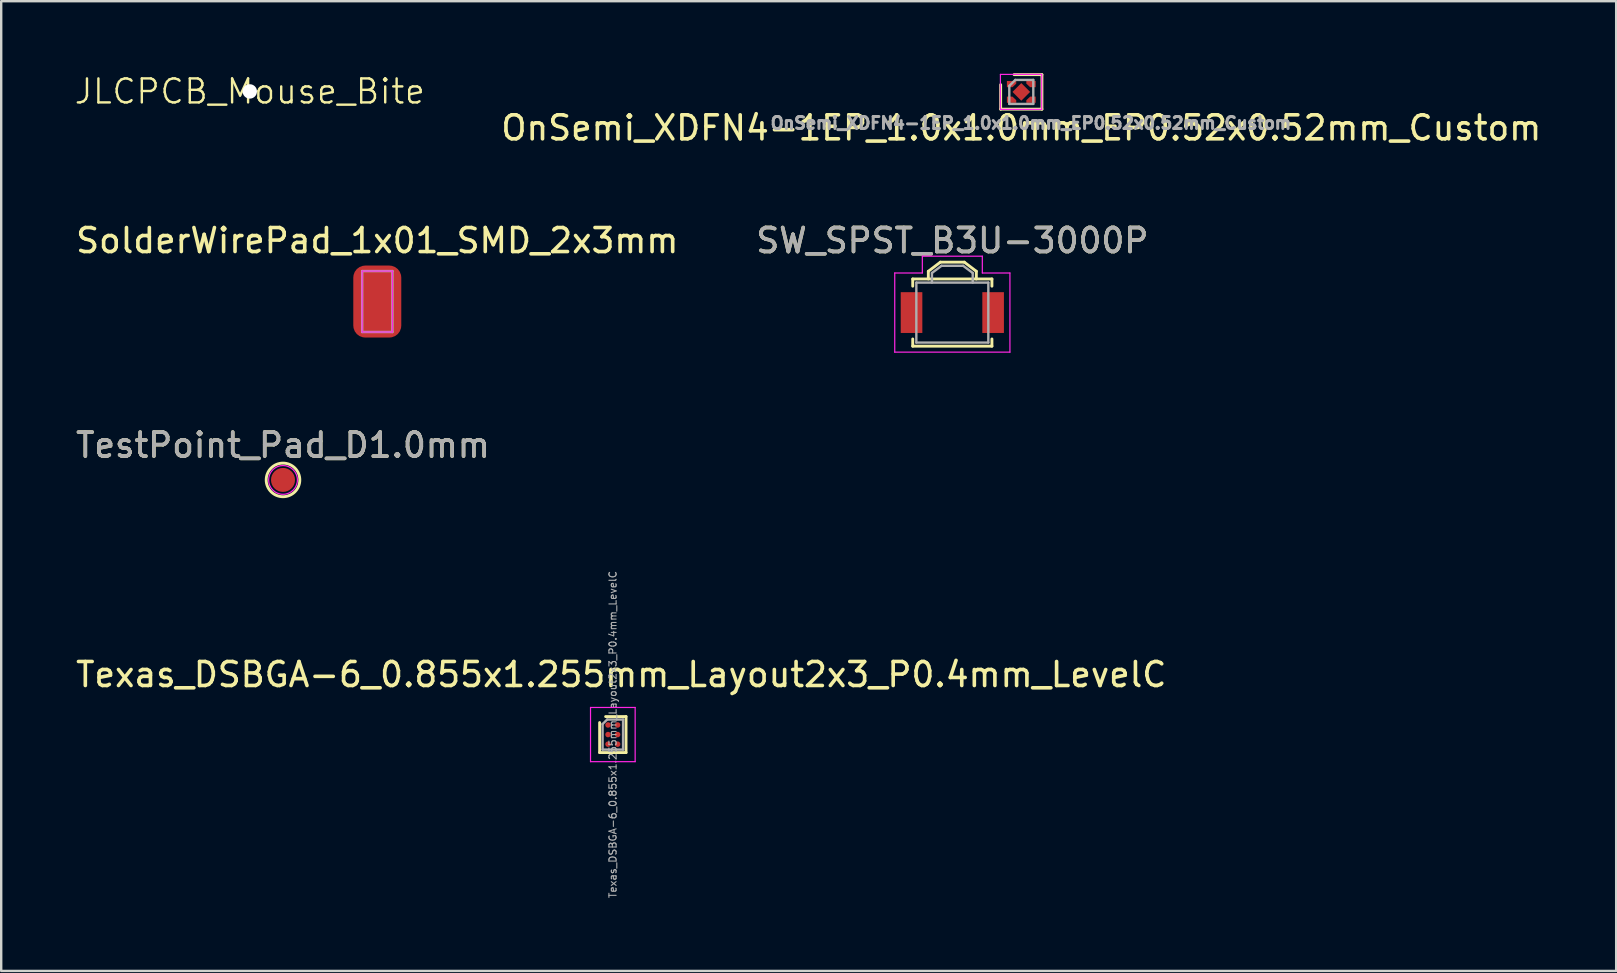
<source format=kicad_pcb>
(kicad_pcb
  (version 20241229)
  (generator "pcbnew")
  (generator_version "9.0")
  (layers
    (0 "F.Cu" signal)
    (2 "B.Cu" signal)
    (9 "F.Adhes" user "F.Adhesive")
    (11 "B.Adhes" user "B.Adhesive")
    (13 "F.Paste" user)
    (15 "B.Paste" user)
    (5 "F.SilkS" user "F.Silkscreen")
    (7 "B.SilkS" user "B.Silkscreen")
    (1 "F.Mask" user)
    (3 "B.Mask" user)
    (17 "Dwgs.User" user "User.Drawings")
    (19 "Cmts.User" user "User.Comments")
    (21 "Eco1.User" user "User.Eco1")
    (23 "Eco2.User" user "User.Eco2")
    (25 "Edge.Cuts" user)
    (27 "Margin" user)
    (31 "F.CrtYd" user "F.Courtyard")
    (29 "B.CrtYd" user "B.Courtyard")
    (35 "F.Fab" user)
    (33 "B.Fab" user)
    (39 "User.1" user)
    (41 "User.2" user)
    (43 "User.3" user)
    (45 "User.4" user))
  (footprint "Texas_DSBGA-6_0.855x1.255mm_Layout2x3_P0.4mm_LevelC"
    (layer "F.Cu")
    (at 22.489 27.562)
    (property "Reference" "Texas_DSBGA-6_0.855x1.255mm_Layout2x3_P0.4mm_LevelC" (at 0.35 -2.5 0) (layer "F.SilkS") (effects (font (size 1 1) (thickness 0.15))))
    (attr smd)
    (fp_line (start -0.55 0.75) (end -0.55 -0.5) (stroke (width 0.12) (type solid)) (layer "F.SilkS"))
    (fp_line (start -0.3 -0.75) (end 0.55 -0.75) (stroke (width 0.12) (type solid)) (layer "F.SilkS"))
    (fp_line (start 0.55 -0.75) (end 0.55 0.75) (stroke (width 0.12) (type solid)) (layer "F.SilkS"))
    (fp_line (start 0.55 0.75) (end -0.55 0.75) (stroke (width 0.12) (type solid)) (layer "F.SilkS"))
    (fp_rect (start -0.275 -0.475) (end -0.125 -0.325) (stroke (width 0.1) (type solid)) (fill yes) (layer "F.Paste"))
    (fp_rect (start -0.275 -0.075) (end -0.125 0.075) (stroke (width 0.1) (type solid)) (fill yes) (layer "F.Paste"))
    (fp_rect (start -0.275 0.325) (end -0.125 0.475) (stroke (width 0.1) (type solid)) (fill yes) (layer "F.Paste"))
    (fp_rect (start 0.125 -0.475) (end 0.275 -0.325) (stroke (width 0.1) (type solid)) (fill yes) (layer "F.Paste"))
    (fp_rect (start 0.125 -0.075) (end 0.275 0.075) (stroke (width 0.1) (type solid)) (fill yes) (layer "F.Paste"))
    (fp_rect (start 0.125 0.325) (end 0.275 0.475) (stroke (width 0.1) (type solid)) (fill yes) (layer "F.Paste"))
    (fp_line (start -0.93 -1.13) (end -0.93 1.13) (stroke (width 0.05) (type solid)) (layer "F.CrtYd"))
    (fp_line (start -0.93 1.13) (end 0.93 1.13) (stroke (width 0.05) (type solid)) (layer "F.CrtYd"))
    (fp_line (start 0.93 -1.13) (end -0.93 -1.13) (stroke (width 0.05) (type solid)) (layer "F.CrtYd"))
    (fp_line (start 0.93 1.13) (end 0.93 -1.13) (stroke (width 0.05) (type solid)) (layer "F.CrtYd"))
    (fp_line (start -0.427 -0.438) (end -0.237 -0.627) (stroke (width 0.1) (type solid)) (layer "F.Fab"))
    (fp_line (start -0.427 0.627) (end -0.427 -0.438) (stroke (width 0.1) (type solid)) (layer "F.Fab"))
    (fp_line (start -0.237 -0.627) (end 0.427 -0.627) (stroke (width 0.1) (type solid)) (layer "F.Fab"))
    (fp_line (start 0.427 -0.627) (end 0.427 0.627) (stroke (width 0.1) (type solid)) (layer "F.Fab"))
    (fp_line (start 0.427 0.627) (end -0.427 0.627) (stroke (width 0.1) (type solid)) (layer "F.Fab"))
    (fp_text user "${REFERENCE}" (at 0 0 270) (layer "F.Fab") (effects (font (size 0.3 0.3) (thickness 0.045))))
    (pad "A1" smd circle (at -0.2 -0.4) (size 0.23 0.23) (layers "F.Cu" "F.Mask"))
    (pad "A2" smd circle (at 0.2 -0.4) (size 0.23 0.23) (layers "F.Cu" "F.Mask"))
    (pad "B1" smd circle (at -0.2 0) (size 0.23 0.23) (layers "F.Cu" "F.Mask"))
    (pad "B2" smd circle (at 0.2 0) (size 0.23 0.23) (layers "F.Cu" "F.Mask"))
    (pad "C1" smd circle (at -0.2 0.4) (size 0.23 0.23) (layers "F.Cu" "F.Mask"))
    (pad "C2" smd circle (at 0.2 0.4) (size 0.23 0.23) (layers "F.Cu" "F.Mask")))
  (footprint "TestPoint_Pad_D1.0mm"
    (layer "F.Cu")
    (at 8.744 16.95)
    (property "Reference" "TestPoint_Pad_D1.0mm" (at 0 -1.448 0) (layer "F.SilkS") (effects (font (size 1 1) (thickness 0.15))))
    (attr exclude_from_pos_files exclude_from_bom)
    (fp_circle (center 0 0) (end 0 0.7) (stroke (width 0.12) (type solid)) (fill no) (layer "F.SilkS"))
    (fp_circle (center 0 0) (end 0.6 0) (stroke (width 0.05) (type solid)) (fill no) (layer "F.CrtYd"))
    (fp_text user "${REFERENCE}" (at 0 -1.45 0) (layer "F.Fab") (effects (font (size 1 1) (thickness 0.15))))
    (pad "1" smd circle (at 0 0) (size 1 1) (layers "F.Cu" "F.Mask")))
  (footprint "SW_SPST_B3U-3000P"
    (layer "F.Cu")
    (at 36.637 9.976)
    (property "Reference" "SW_SPST_B3U-3000P" (at 0 -3 0) (layer "F.SilkS") (effects (font (size 1 1) (thickness 0.15))))
    (attr smd)
    (fp_line (start -1.65 -1.4) (end 1.65 -1.4) (stroke (width 0.12) (type solid)) (layer "F.SilkS"))
    (fp_line (start -1.65 -1.1) (end -1.65 -1.4) (stroke (width 0.12) (type solid)) (layer "F.SilkS"))
    (fp_line (start -1.65 1.1) (end -1.65 1.4) (stroke (width 0.12) (type solid)) (layer "F.SilkS"))
    (fp_line (start -1.65 1.4) (end 1.65 1.4) (stroke (width 0.12) (type solid)) (layer "F.SilkS"))
    (fp_line (start -1 -1.72) (end -1 -1.4) (stroke (width 0.12) (type solid)) (layer "F.SilkS"))
    (fp_line (start -0.5 -2.1) (end -1 -1.72) (stroke (width 0.12) (type solid)) (layer "F.SilkS"))
    (fp_line (start -0.5 -2.1) (end 0.5 -2.1) (stroke (width 0.12) (type solid)) (layer "F.SilkS"))
    (fp_line (start 0.5 -2.1) (end 1 -1.72) (stroke (width 0.12) (type solid)) (layer "F.SilkS"))
    (fp_line (start 1 -1.72) (end 1 -1.4) (stroke (width 0.12) (type solid)) (layer "F.SilkS"))
    (fp_line (start 1.65 -1.4) (end 1.65 -1.1) (stroke (width 0.12) (type solid)) (layer "F.SilkS"))
    (fp_line (start 1.65 1.4) (end 1.65 1.1) (stroke (width 0.12) (type solid)) (layer "F.SilkS"))
    (fp_line (start -2.4 -1.65) (end -2.4 1.65) (stroke (width 0.05) (type solid)) (layer "F.CrtYd"))
    (fp_line (start -2.4 1.65) (end 2.4 1.65) (stroke (width 0.05) (type solid)) (layer "F.CrtYd"))
    (fp_line (start -1.25 -2.35) (end 1.25 -2.35) (stroke (width 0.05) (type solid)) (layer "F.CrtYd"))
    (fp_line (start -1.25 -1.65) (end -2.4 -1.65) (stroke (width 0.05) (type solid)) (layer "F.CrtYd"))
    (fp_line (start -1.25 -1.65) (end -1.25 -2.35) (stroke (width 0.05) (type solid)) (layer "F.CrtYd"))
    (fp_line (start 1.25 -2.35) (end 1.25 -1.65) (stroke (width 0.05) (type solid)) (layer "F.CrtYd"))
    (fp_line (start 1.25 -1.65) (end 2.4 -1.65) (stroke (width 0.05) (type solid)) (layer "F.CrtYd"))
    (fp_line (start 2.4 1.65) (end 2.4 -1.65) (stroke (width 0.05) (type solid)) (layer "F.CrtYd"))
    (fp_line (start -1.5 -1.25) (end 1.5 -1.25) (stroke (width 0.1) (type solid)) (layer "F.Fab"))
    (fp_line (start -1.5 1.25) (end -1.5 -1.25) (stroke (width 0.1) (type solid)) (layer "F.Fab"))
    (fp_line (start -0.85 -1.65) (end -0.45 -1.95) (stroke (width 0.1) (type solid)) (layer "F.Fab"))
    (fp_line (start -0.85 -1.25) (end -0.85 -1.65) (stroke (width 0.1) (type solid)) (layer "F.Fab"))
    (fp_line (start -0.45 -1.95) (end 0.45 -1.95) (stroke (width 0.1) (type solid)) (layer "F.Fab"))
    (fp_line (start 0.45 -1.95) (end 0.85 -1.65) (stroke (width 0.1) (type solid)) (layer "F.Fab"))
    (fp_line (start 0.85 -1.65) (end 0.85 -1.25) (stroke (width 0.1) (type solid)) (layer "F.Fab"))
    (fp_line (start 1.5 -1.25) (end 1.5 1.25) (stroke (width 0.1) (type solid)) (layer "F.Fab"))
    (fp_line (start 1.5 1.25) (end -1.5 1.25) (stroke (width 0.1) (type solid)) (layer "F.Fab"))
    (fp_text user "${REFERENCE}" (at 0 -3 0) (layer "F.Fab") (effects (font (size 1 1) (thickness 0.15))))
    (pad "1" smd rect (at -1.7 0) (size 0.9 1.7) (layers "F.Cu" "F.Mask" "F.Paste"))
    (pad "2" smd rect (at 1.7 0) (size 0.9 1.7) (layers "F.Cu" "F.Mask" "F.Paste")))
  (footprint "JLCPCB_Mouse_Bite"
    (layer "F.Cu")
    (at 7.36 0.76)
    (property "Reference" "JLCPCB_Mouse_Bite" (at 0 0 0) (unlocked yes) (layer "F.SilkS") (effects (font (size 1 1) (thickness 0.1))))
    (attr board_only exclude_from_pos_files exclude_from_bom dnp)
    (pad "" np_thru_hole circle (at 0 0) (size 0.6 0.6) (drill 0.6) (layers "*.Cu")))
  (footprint "SolderWirePad_1x01_SMD_2x3mm"
    (layer "F.Cu")
    (at 12.673 9.517)
    (property "Reference" "SolderWirePad_1x01_SMD_2x3mm" (at 0 -2.54 0) (layer "F.SilkS") (effects (font (size 1 1) (thickness 0.15))))
    (attr exclude_from_pos_files exclude_from_bom)
    (fp_line (start -0.63 -1.27) (end -0.63 1.27) (stroke (width 0.05) (type solid)) (layer "F.CrtYd"))
    (fp_line (start -0.63 1.27) (end 0.63 1.27) (stroke (width 0.05) (type solid)) (layer "F.CrtYd"))
    (fp_line (start 0.63 -1.27) (end -0.63 -1.27) (stroke (width 0.05) (type solid)) (layer "F.CrtYd"))
    (fp_line (start 0.63 1.27) (end 0.63 -1.27) (stroke (width 0.05) (type solid)) (layer "F.CrtYd"))
    (fp_line (start -0.63 -1.27) (end 0.63 -1.27) (stroke (width 0.1) (type solid)) (layer "F.Fab"))
    (fp_line (start -0.63 1.27) (end -0.63 -1.27) (stroke (width 0.1) (type solid)) (layer "F.Fab"))
    (fp_line (start 0.63 -1.27) (end 0.63 1.27) (stroke (width 0.1) (type solid)) (layer "F.Fab"))
    (fp_line (start 0.63 1.27) (end -0.63 1.27) (stroke (width 0.1) (type solid)) (layer "F.Fab"))
    (pad "1" smd roundrect (at 0 0) (size 2 3) (layers "F.Cu" "F.Mask") (roundrect_rratio 0.25)))
  (footprint "OnSemi_XDFN4-1EP_1.0x1.0mm_EP0.52x0.52mm_Custom"
    (layer "F.Cu")
    (at 39.511 0.78)
    (property "Reference" "OnSemi_XDFN4-1EP_1.0x1.0mm_EP0.52x0.52mm_Custom" (at 0 1.5 0) (layer "F.SilkS") (effects (font (size 1 1) (thickness 0.15))))
    (attr smd)
    (fp_line (start -0.86 -0.3) (end -0.86 0.72) (stroke (width 0.12) (type solid)) (layer "F.SilkS"))
    (fp_line (start -0.86 0.72) (end 0.86 0.72) (stroke (width 0.12) (type solid)) (layer "F.SilkS"))
    (fp_line (start 0.86 -0.72) (end -0.3 -0.72) (stroke (width 0.12) (type solid)) (layer "F.SilkS"))
    (fp_line (start 0.86 0.72) (end 0.86 -0.72) (stroke (width 0.12) (type solid)) (layer "F.SilkS"))
    (fp_line (start -0.87 -0.73) (end 0.85 -0.73) (stroke (width 0.05) (type solid)) (layer "F.CrtYd"))
    (fp_line (start -0.87 0.73) (end -0.87 -0.73) (stroke (width 0.05) (type solid)) (layer "F.CrtYd"))
    (fp_line (start 0.85 -0.73) (end 0.85 0.73) (stroke (width 0.05) (type solid)) (layer "F.CrtYd"))
    (fp_line (start 0.85 0.73) (end -0.87 0.73) (stroke (width 0.05) (type solid)) (layer "F.CrtYd"))
    (fp_line (start -0.5 -0.25) (end -0.25 -0.5) (stroke (width 0.1) (type solid)) (layer "F.Fab"))
    (fp_line (start -0.5 0.5) (end -0.5 -0.25) (stroke (width 0.1) (type solid)) (layer "F.Fab"))
    (fp_line (start -0.25 -0.5) (end 0.5 -0.5) (stroke (width 0.1) (type solid)) (layer "F.Fab"))
    (fp_line (start 0.5 -0.5) (end 0.5 0.5) (stroke (width 0.1) (type solid)) (layer "F.Fab"))
    (fp_line (start 0.5 0.5) (end -0.5 0.5) (stroke (width 0.1) (type solid)) (layer "F.Fab"))
    (fp_text user "${REFERENCE}" (at 0.4 1.3 0) (layer "F.Fab") (effects (font (size 0.5 0.5) (thickness 0.125))))
    (pad "1" smd custom (at -0.485 -0.325 270) (size 0.26 0.23) (layers "F.Cu" "F.Mask" "F.Paste") (options (anchor rect)) (primitives (gr_poly (pts (xy 0.13 -0.115) (xy -0.13 -0.115) (xy -0.13 -0.275) (xy -0.02 -0.275)) (width 0) (fill yes))))
    (pad "2" smd custom (at -0.485 0.325 270) (size 0.26 0.23) (layers "F.Cu" "F.Mask" "F.Paste") (options (anchor rect)) (primitives (gr_poly (pts (xy 0.13 -0.115) (xy -0.13 -0.115) (xy 0.02 -0.275) (xy 0.13 -0.275)) (width 0) (fill yes))))
    (pad "3" smd custom (at 0.485 0.325 90) (size 0.26 0.23) (layers "F.Cu" "F.Mask" "F.Paste") (options (anchor rect)) (primitives (gr_poly (pts (xy 0.13 -0.115) (xy -0.13 -0.115) (xy -0.13 -0.275) (xy -0.02 -0.275)) (width 0) (fill yes))))
    (pad "4" smd custom (at 0.485 -0.325 90) (size 0.26 0.23) (layers "F.Cu" "F.Mask" "F.Paste") (options (anchor rect)) (primitives (gr_poly (pts (xy 0.13 -0.115) (xy -0.13 -0.115) (xy 0.02 -0.275) (xy 0.13 -0.275)) (width 0) (fill yes))))
    (pad "5" smd rect (at 0 0 135) (size 0.52 0.52) (layers "F.Cu" "F.Mask" "F.Paste")))
  (gr_rect
    (start -3 -3)
    (end 64.302 37.413)
    (stroke (width 0.1) (type default))
    (fill no)
    (layer "Edge.Cuts")))
</source>
